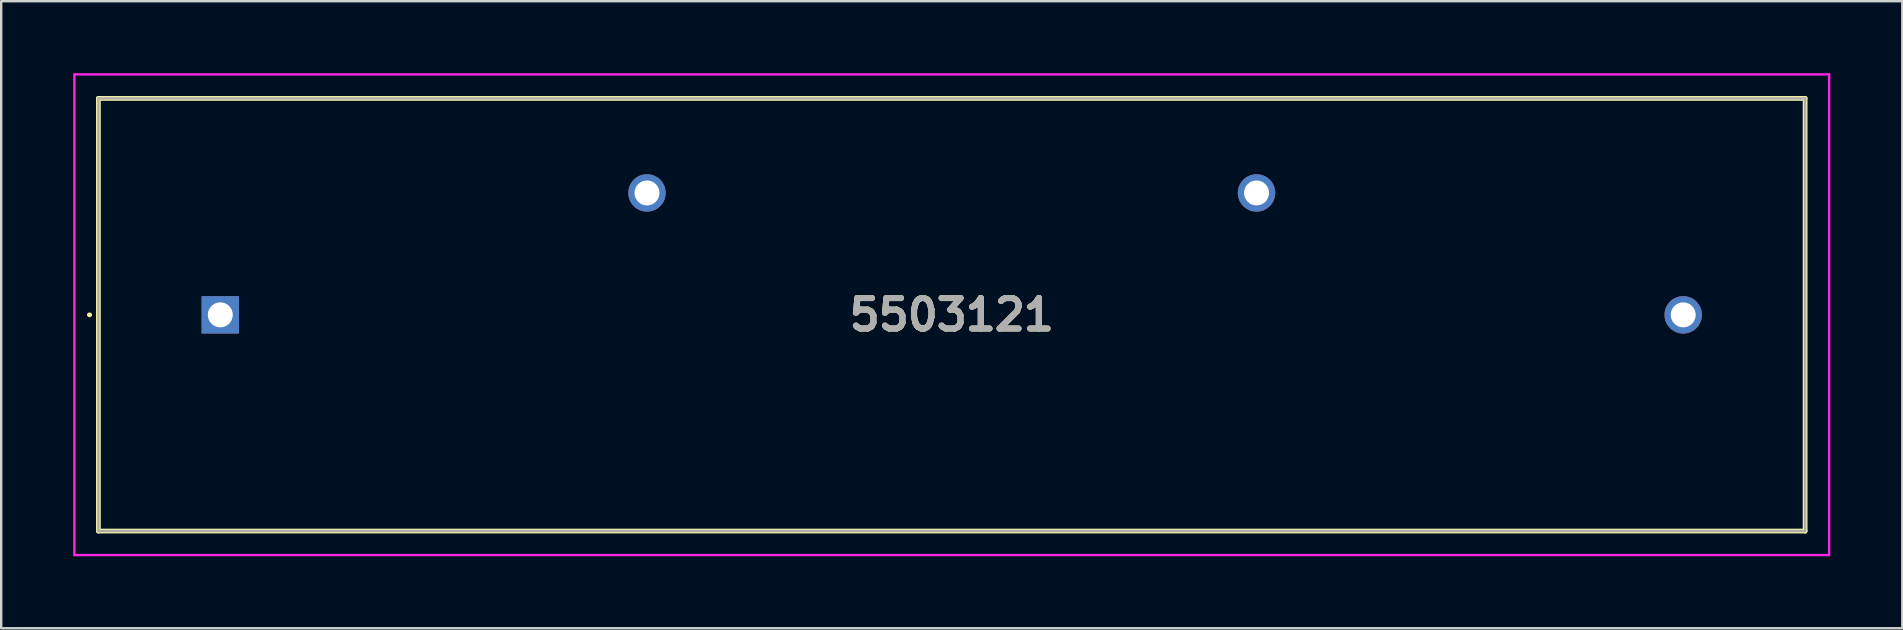
<source format=kicad_pcb>
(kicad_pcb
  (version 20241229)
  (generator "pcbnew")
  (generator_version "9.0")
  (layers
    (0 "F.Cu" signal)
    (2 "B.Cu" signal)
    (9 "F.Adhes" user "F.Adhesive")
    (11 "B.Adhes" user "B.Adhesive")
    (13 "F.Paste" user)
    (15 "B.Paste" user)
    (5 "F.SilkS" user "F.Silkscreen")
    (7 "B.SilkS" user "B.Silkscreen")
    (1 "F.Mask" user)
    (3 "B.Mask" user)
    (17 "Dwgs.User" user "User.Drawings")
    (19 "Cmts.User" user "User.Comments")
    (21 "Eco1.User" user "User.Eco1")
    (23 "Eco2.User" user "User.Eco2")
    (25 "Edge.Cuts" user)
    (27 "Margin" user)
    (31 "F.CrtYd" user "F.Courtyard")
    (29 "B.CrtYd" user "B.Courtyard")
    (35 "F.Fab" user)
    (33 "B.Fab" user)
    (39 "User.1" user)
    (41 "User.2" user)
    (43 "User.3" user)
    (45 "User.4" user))
  (footprint "5503121"
    (layer "F.Cu")
    (at 6.13 10.07)
    (property "Reference" "5503121" (at 30.48 -0.005 0) (layer "F.SilkS") (effects (font (size 1.27 1.27) (thickness 0.254))))
    (attr through_hole)
    (fp_line (start -5.5 0) (end -5.5 0) (stroke (width 0.1) (type solid)) (layer "F.SilkS"))
    (fp_line (start -5.4 0) (end -5.4 0) (stroke (width 0.1) (type solid)) (layer "F.SilkS"))
    (fp_line (start -5.08 -9.02) (end 66.04 -9.02) (stroke (width 0.2) (type solid)) (layer "F.SilkS"))
    (fp_line (start -5.08 9.01) (end -5.08 -9.02) (stroke (width 0.2) (type solid)) (layer "F.SilkS"))
    (fp_line (start 66.04 -9.02) (end 66.04 9.01) (stroke (width 0.2) (type solid)) (layer "F.SilkS"))
    (fp_line (start 66.04 9.01) (end -5.08 9.01) (stroke (width 0.2) (type solid)) (layer "F.SilkS"))
    (fp_arc (start -5.5 0) (mid -5.45 -0.05) (end -5.4 0) (stroke (width 0.1) (type solid)) (layer "F.SilkS"))
    (fp_arc (start -5.4 0) (mid -5.45 0.05) (end -5.5 0) (stroke (width 0.1) (type solid)) (layer "F.SilkS"))
    (fp_line (start -6.08 -10.02) (end 67.04 -10.02) (stroke (width 0.1) (type solid)) (layer "F.CrtYd"))
    (fp_line (start -6.08 10.01) (end -6.08 -10.02) (stroke (width 0.1) (type solid)) (layer "F.CrtYd"))
    (fp_line (start 67.04 -10.02) (end 67.04 10.01) (stroke (width 0.1) (type solid)) (layer "F.CrtYd"))
    (fp_line (start 67.04 10.01) (end -6.08 10.01) (stroke (width 0.1) (type solid)) (layer "F.CrtYd"))
    (fp_line (start -5.08 -9.02) (end 66.04 -9.02) (stroke (width 0.1) (type solid)) (layer "F.Fab"))
    (fp_line (start -5.08 9.01) (end -5.08 -9.02) (stroke (width 0.1) (type solid)) (layer "F.Fab"))
    (fp_line (start 66.04 -9.02) (end 66.04 9.01) (stroke (width 0.1) (type solid)) (layer "F.Fab"))
    (fp_line (start 66.04 9.01) (end -5.08 9.01) (stroke (width 0.1) (type solid)) (layer "F.Fab"))
    (fp_text user "${REFERENCE}" (at 30.48 -0.005 0) (layer "F.Fab") (effects (font (size 1.27 1.27) (thickness 0.254))))
    (pad "1" thru_hole rect (at 0 0) (size 1.56 1.56) (drill 1.04) (layers "*.Cu" "*.Mask"))
    (pad "2" thru_hole circle (at 17.78 -5.08) (size 1.56 1.56) (drill 1.04) (layers "*.Cu" "*.Mask"))
    (pad "3" thru_hole circle (at 43.18 -5.08) (size 1.56 1.56) (drill 1.04) (layers "*.Cu" "*.Mask"))
    (pad "4" thru_hole circle (at 60.96 0) (size 1.56 1.56) (drill 1.04) (layers "*.Cu" "*.Mask")))
  (gr_rect
    (start -3 -3)
    (end 76.22 23.13)
    (stroke (width 0.1) (type default))
    (fill no)
    (layer "Edge.Cuts")))
</source>
